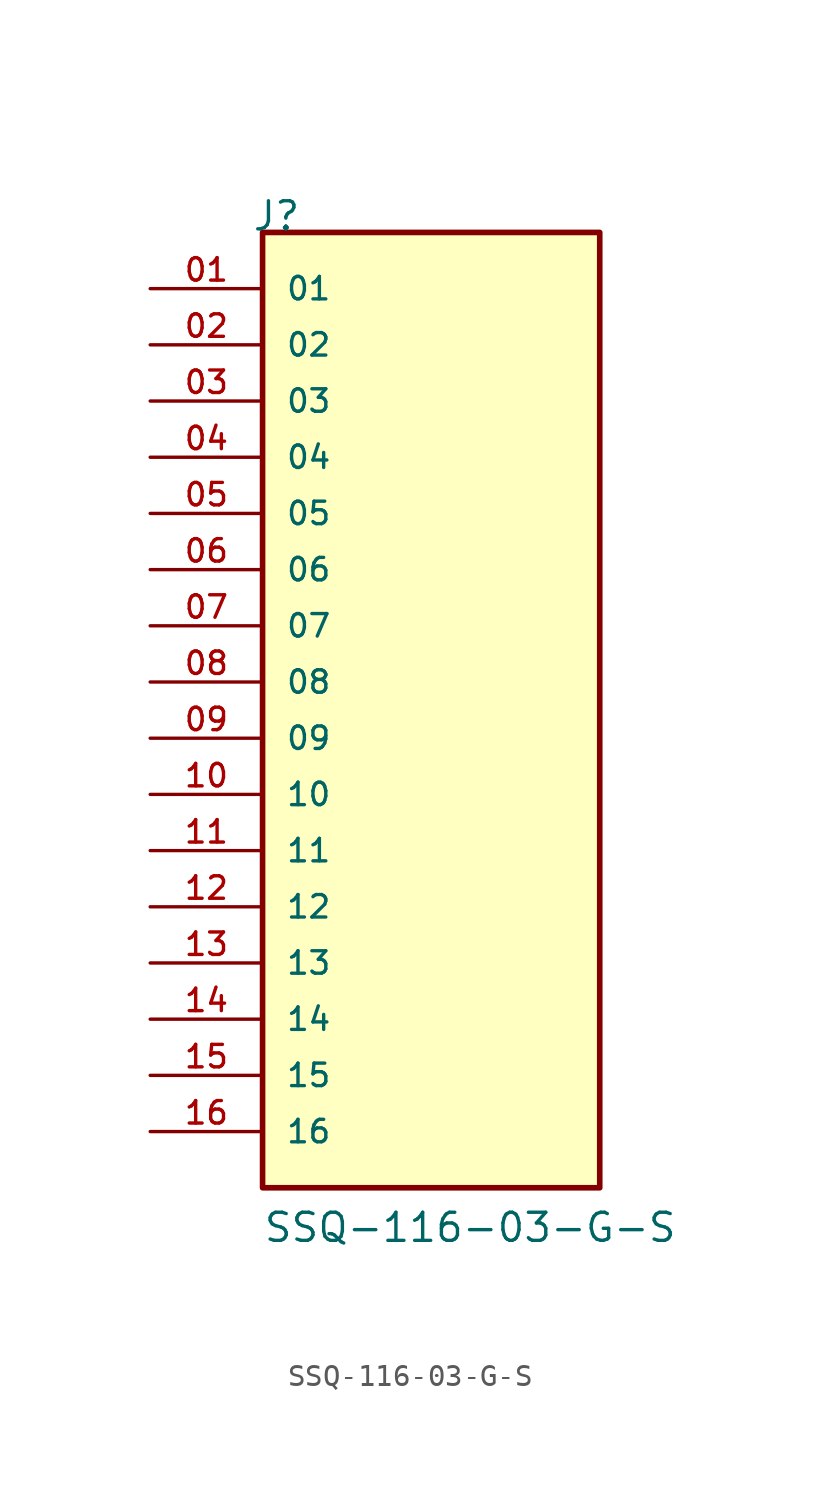
<source format=kicad_sym>
(kicad_symbol_lib
  (version 20211014)
  (generator kicad_symbol_editor)
  (symbol "SSQ-116-03-G-S"
    (pin_names
      (offset 1.016))
    (property "Reference" "J"
      (at -8.12 22.86 0)
      (effects (font (size 1.27 1.27)) (justify bottom left)))
    (property "Value" "SSQ-116-03-G-S"
      (at -7.62 -22.86 0)
      (effects (font (size 1.27 1.27)) (justify bottom left)))
    (symbol "SSQ-116-03-G-S_0_0"
      (rectangle (start -7.62 -20.32) (end 7.62 22.86) (stroke (width 0.254)) (fill (type background)))
      (pin passive line (at -12.7 20.32 0) (length 5.08) (name "01" (effects (font (size 1.016 1.016)))) (number "01" (effects (font (size 1.016 1.016)))))
      (pin passive line (at -12.7 17.78 0) (length 5.08) (name "02" (effects (font (size 1.016 1.016)))) (number "02" (effects (font (size 1.016 1.016)))))
      (pin passive line (at -12.7 15.24 0) (length 5.08) (name "03" (effects (font (size 1.016 1.016)))) (number "03" (effects (font (size 1.016 1.016)))))
      (pin passive line (at -12.7 12.7 0) (length 5.08) (name "04" (effects (font (size 1.016 1.016)))) (number "04" (effects (font (size 1.016 1.016)))))
      (pin passive line (at -12.7 10.16 0) (length 5.08) (name "05" (effects (font (size 1.016 1.016)))) (number "05" (effects (font (size 1.016 1.016)))))
      (pin passive line (at -12.7 7.62 0) (length 5.08) (name "06" (effects (font (size 1.016 1.016)))) (number "06" (effects (font (size 1.016 1.016)))))
      (pin passive line (at -12.7 5.08 0) (length 5.08) (name "07" (effects (font (size 1.016 1.016)))) (number "07" (effects (font (size 1.016 1.016)))))
      (pin passive line (at -12.7 2.54 0) (length 5.08) (name "08" (effects (font (size 1.016 1.016)))) (number "08" (effects (font (size 1.016 1.016)))))
      (pin passive line (at -12.7 0.0 0) (length 5.08) (name "09" (effects (font (size 1.016 1.016)))) (number "09" (effects (font (size 1.016 1.016)))))
      (pin passive line (at -12.7 -2.54 0) (length 5.08) (name "10" (effects (font (size 1.016 1.016)))) (number "10" (effects (font (size 1.016 1.016)))))
      (pin passive line (at -12.7 -5.08 0) (length 5.08) (name "11" (effects (font (size 1.016 1.016)))) (number "11" (effects (font (size 1.016 1.016)))))
      (pin passive line (at -12.7 -7.62 0) (length 5.08) (name "12" (effects (font (size 1.016 1.016)))) (number "12" (effects (font (size 1.016 1.016)))))
      (pin passive line (at -12.7 -10.16 0) (length 5.08) (name "13" (effects (font (size 1.016 1.016)))) (number "13" (effects (font (size 1.016 1.016)))))
      (pin passive line (at -12.7 -12.7 0) (length 5.08) (name "14" (effects (font (size 1.016 1.016)))) (number "14" (effects (font (size 1.016 1.016)))))
      (pin passive line (at -12.7 -15.24 0) (length 5.08) (name "15" (effects (font (size 1.016 1.016)))) (number "15" (effects (font (size 1.016 1.016)))))
      (pin passive line (at -12.7 -17.78 0) (length 5.08) (name "16" (effects (font (size 1.016 1.016)))) (number "16" (effects (font (size 1.016 1.016))))))))
</source>
